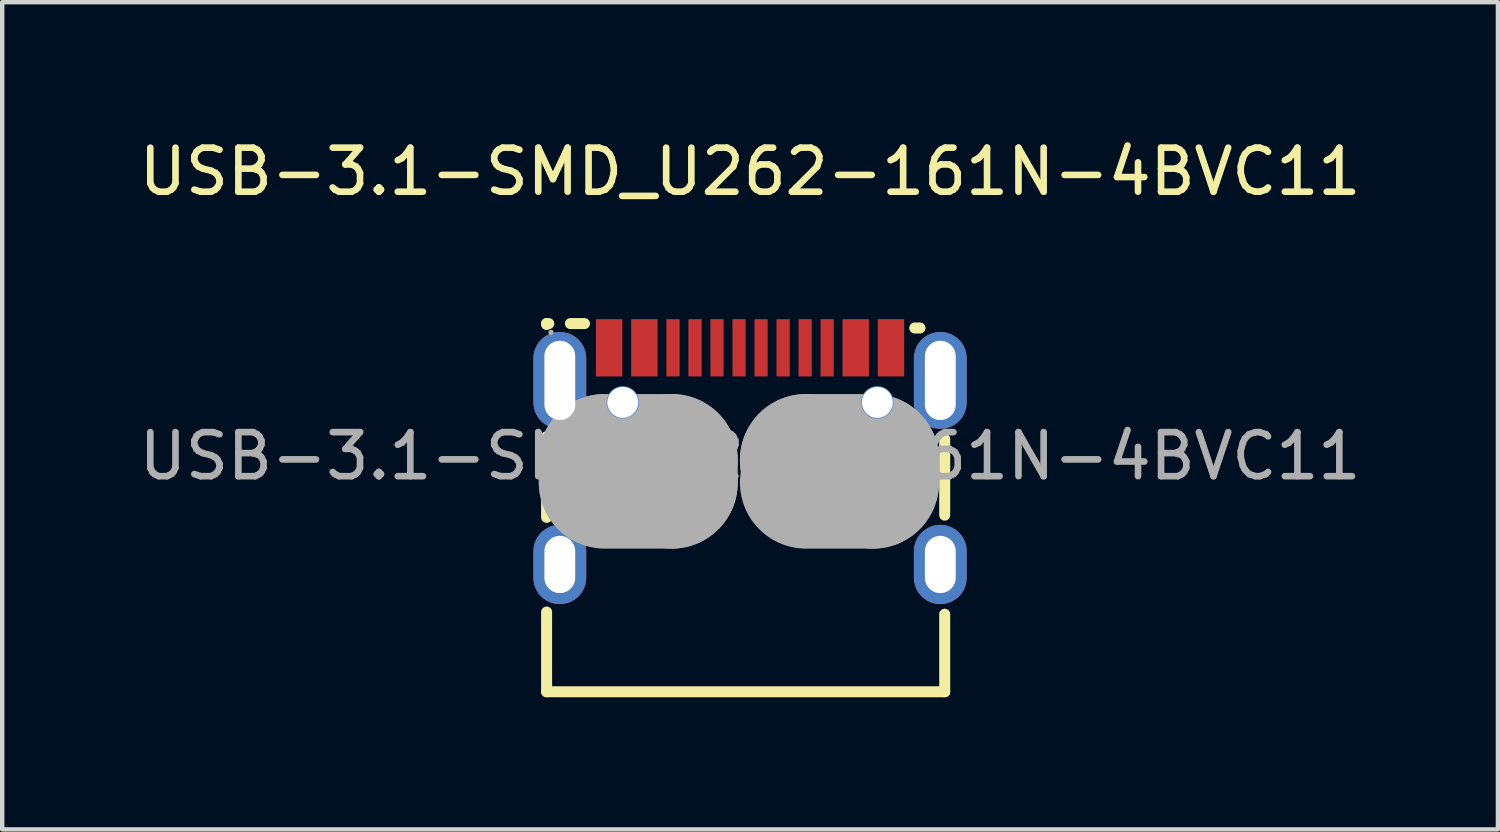
<source format=kicad_pcb>
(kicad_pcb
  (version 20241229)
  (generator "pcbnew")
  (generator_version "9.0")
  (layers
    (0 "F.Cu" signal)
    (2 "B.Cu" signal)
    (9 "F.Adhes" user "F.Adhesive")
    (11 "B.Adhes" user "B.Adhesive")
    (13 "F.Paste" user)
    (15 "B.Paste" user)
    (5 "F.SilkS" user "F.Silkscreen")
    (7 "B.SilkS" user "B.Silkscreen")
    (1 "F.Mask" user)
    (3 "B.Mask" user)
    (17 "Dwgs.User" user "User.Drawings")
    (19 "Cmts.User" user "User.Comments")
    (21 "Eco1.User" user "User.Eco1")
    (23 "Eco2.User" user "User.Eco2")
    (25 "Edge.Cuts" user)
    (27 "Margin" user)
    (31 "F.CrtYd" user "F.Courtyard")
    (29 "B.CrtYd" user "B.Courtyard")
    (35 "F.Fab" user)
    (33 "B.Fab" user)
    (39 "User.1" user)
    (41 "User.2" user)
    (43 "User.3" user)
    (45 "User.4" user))
  (footprint "USB-3.1-SMD_U262-161N-4BVC11"
    (layer "F.Cu")
    (at 13.982 7.308)
    (property "Reference" "USB-3.1-SMD_U262-161N-4BVC11" (at 0 -6.46 0) (layer "F.SilkS") (effects (font (size 1 1) (thickness 0.15))))
    (attr smd)
    (fp_line (start -4.62 -3.01) (end -4.57 -3.01) (stroke (width 0.25) (type solid)) (layer "F.SilkS"))
    (fp_line (start -4.62 -2.99) (end -4.62 -3.01) (stroke (width 0.25) (type solid)) (layer "F.SilkS"))
    (fp_line (start -4.62 1.39) (end -4.62 -0.44) (stroke (width 0.25) (type solid)) (layer "F.SilkS"))
    (fp_line (start -4.62 5.35) (end -4.62 3.54) (stroke (width 0.25) (type solid)) (layer "F.SilkS"))
    (fp_line (start -4.08 -3.01) (end -3.76 -3.01) (stroke (width 0.25) (type solid)) (layer "F.SilkS"))
    (fp_line (start 3.74 -2.91) (end 3.86 -2.91) (stroke (width 0.25) (type solid)) (layer "F.SilkS"))
    (fp_line (start 4.42 -0.39) (end 4.42 1.34) (stroke (width 0.25) (type solid)) (layer "F.SilkS"))
    (fp_line (start 4.42 3.59) (end 4.42 5.35) (stroke (width 0.25) (type solid)) (layer "F.SilkS"))
    (fp_line (start 4.42 5.35) (end -4.62 5.35) (stroke (width 0.25) (type solid)) (layer "F.SilkS"))
    (fp_circle (center -2.89 -1.22) (end -2.77 -1.22) (stroke (width 0.25) (type solid)) (fill no) (layer "Cmts.User"))
    (fp_circle (center 2.89 -1.22) (end 3.01 -1.22) (stroke (width 0.25) (type solid)) (fill no) (layer "Cmts.User"))
    (fp_line (start -3.3 0.09) (end -3.3 0.09) (stroke (width 3) (type solid)) (layer "F.Fab"))
    (fp_line (start -3.3 0.09) (end -1.78 0.09) (stroke (width 3) (type solid)) (layer "F.Fab"))
    (fp_line (start -1.78 0.09) (end -1.78 0.6) (stroke (width 3) (type solid)) (layer "F.Fab"))
    (fp_line (start -1.78 0.6) (end -3.3 0.6) (stroke (width 3) (type solid)) (layer "F.Fab"))
    (fp_line (start 1.27 0.09) (end 1.27 0.09) (stroke (width 3) (type solid)) (layer "F.Fab"))
    (fp_line (start 1.27 0.09) (end 2.79 0.09) (stroke (width 3) (type solid)) (layer "F.Fab"))
    (fp_line (start 2.79 0.09) (end 2.79 0.6) (stroke (width 3) (type solid)) (layer "F.Fab"))
    (fp_line (start 2.79 0.6) (end 1.27 0.6) (stroke (width 3) (type solid)) (layer "F.Fab"))
    (fp_circle (center -4.52 -2.81) (end -4.49 -2.81) (stroke (width 0.06) (type solid)) (fill no) (layer "F.Fab"))
    (fp_text user "${REFERENCE}" (at 0 0 0) (layer "F.Fab") (effects (font (size 1 1) (thickness 0.15))))
    (pad "" thru_hole circle (at -2.89 -1.22) (size 0.7 0.7) (drill 0.7) (layers "*.Cu" "*.Mask"))
    (pad "" thru_hole circle (at 2.89 -1.22) (size 0.7 0.7) (drill 0.7) (layers "*.Cu" "*.Mask"))
    (pad "A1B12" smd rect (at -3.2 -2.46) (size 0.6 1.3) (layers "F.Cu" "F.Mask" "F.Paste"))
    (pad "A4B9" smd rect (at -2.4 -2.46) (size 0.6 1.3) (layers "F.Cu" "F.Mask" "F.Paste"))
    (pad "A5" smd rect (at -1.25 -2.46) (size 0.3 1.3) (layers "F.Cu" "F.Mask" "F.Paste"))
    (pad "A6" smd rect (at -0.25 -2.46) (size 0.3 1.3) (layers "F.Cu" "F.Mask" "F.Paste"))
    (pad "A7" smd rect (at 0.25 -2.46) (size 0.3 1.3) (layers "F.Cu" "F.Mask" "F.Paste"))
    (pad "A8" smd rect (at 1.25 -2.46) (size 0.3 1.3) (layers "F.Cu" "F.Mask" "F.Paste"))
    (pad "B1A12" smd rect (at 3.2 -2.46) (size 0.6 1.3) (layers "F.Cu" "F.Mask" "F.Paste"))
    (pad "B4A9" smd rect (at 2.4 -2.46) (size 0.6 1.3) (layers "F.Cu" "F.Mask" "F.Paste"))
    (pad "B5" smd rect (at 1.75 -2.46) (size 0.3 1.3) (layers "F.Cu" "F.Mask" "F.Paste"))
    (pad "B6" smd rect (at 0.75 -2.46) (size 0.3 1.3) (layers "F.Cu" "F.Mask" "F.Paste"))
    (pad "B7" smd rect (at -0.75 -2.46) (size 0.3 1.3) (layers "F.Cu" "F.Mask" "F.Paste"))
    (pad "B8" smd rect (at -1.75 -2.46) (size 0.3 1.3) (layers "F.Cu" "F.Mask" "F.Paste"))
    (pad "SHELL" thru_hole oval (at -4.32 -1.72) (size 1.2 2.2) (drill oval 0.7 1.8) (layers "*.Cu" "*.Mask"))
    (pad "SHELL" thru_hole oval (at -4.32 2.46) (size 1.2 1.8) (drill oval 0.7 1.3) (layers "*.Cu" "*.Mask"))
    (pad "SHELL" thru_hole oval (at 4.32 -1.72) (size 1.2 2.2) (drill oval 0.7 1.8) (layers "*.Cu" "*.Mask"))
    (pad "SHELL" thru_hole oval (at 4.32 2.46) (size 1.2 1.8) (drill oval 0.7 1.3) (layers "*.Cu" "*.Mask")))
  (gr_rect
    (start -3 -3)
    (end 30.964 15.783)
    (stroke (width 0.1) (type default))
    (fill no)
    (layer "Edge.Cuts")))
</source>
